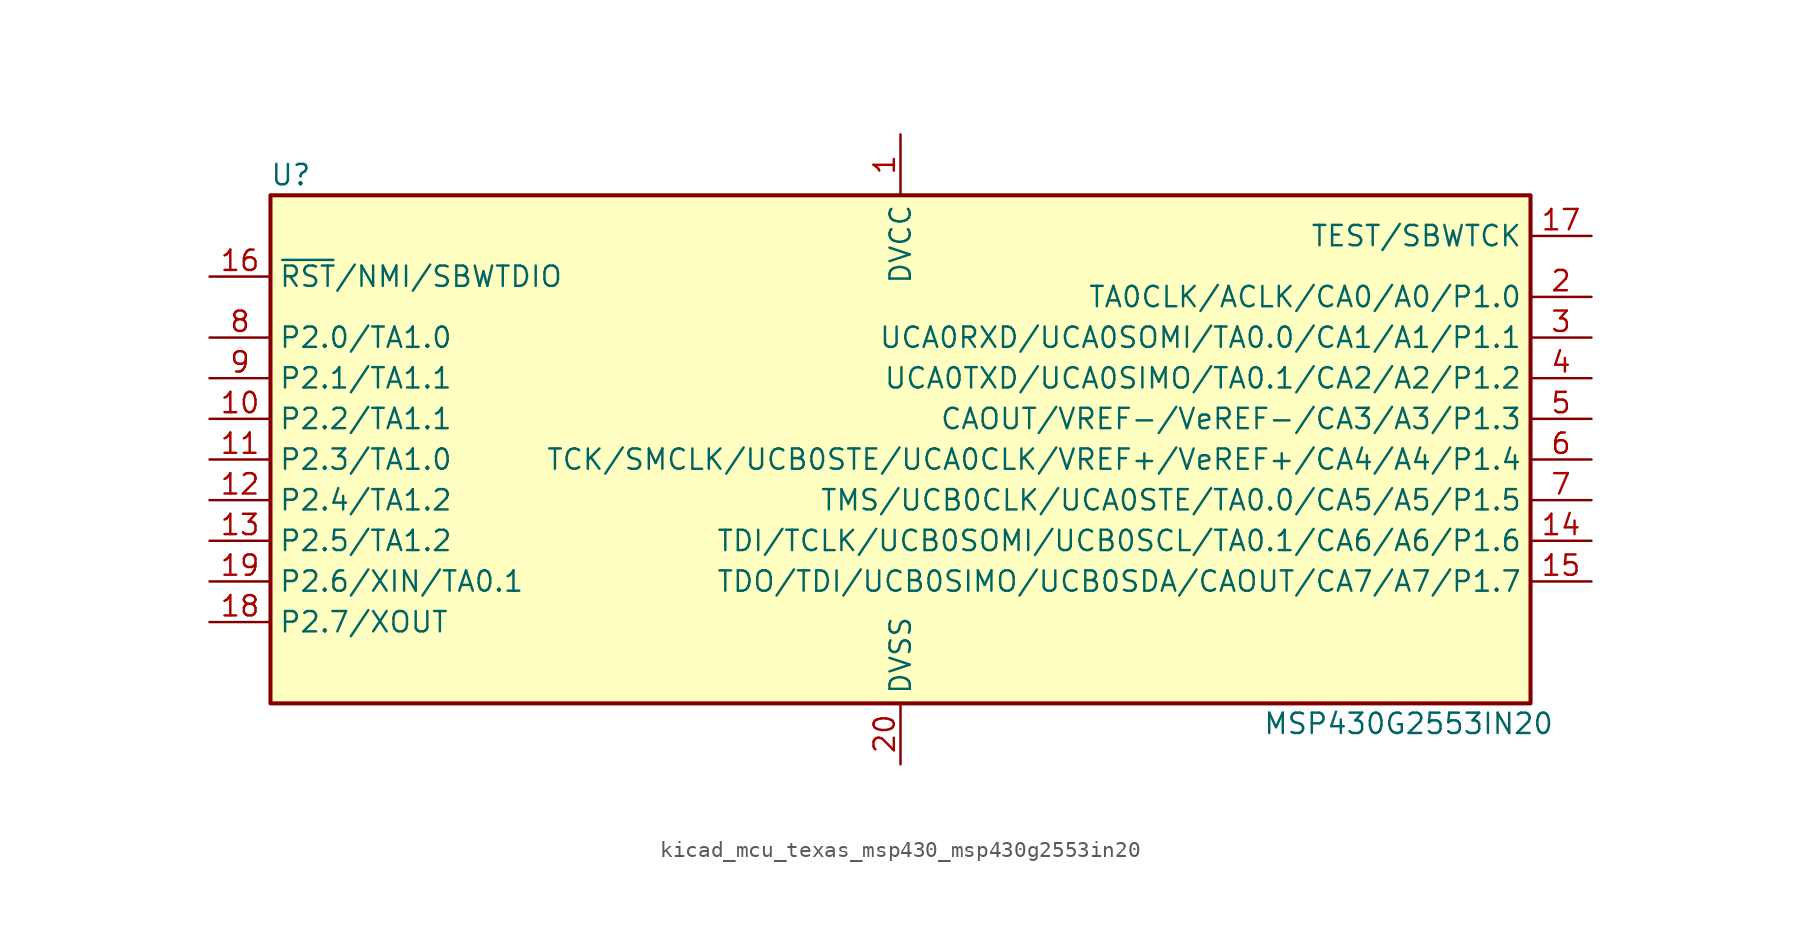
<source format=kicad_sym>
(kicad_symbol_lib
  (version 20220914)
  (generator kicad_symbol_editor)
  (symbol "kicad_mcu_texas_msp430_msp430g2553in20"
    (property "Reference" "U"
      (at -38.1 17.78 0)
      (effects (font (size 1.27 1.27))))
    (property "Value" "MSP430G2553IN20"
      (at 31.75 -16.51 0)
      (effects (font (size 1.27 1.27))))
    (symbol "kicad_mcu_texas_msp430_msp430g2553in20_0_1"
      (rectangle (start -39.37 16.51) (end 39.37 -15.24) (stroke (width 0.254) (type default)) (fill (type background))))
    (symbol "kicad_mcu_texas_msp430_msp430g2553in20_1_1"
      (pin power_in line (at 0 20.32 270) (length 3.81) (name "DVCC" (effects (font (size 1.27 1.27)))) (number "1" (effects (font (size 1.27 1.27)))))
      (pin bidirectional line (at -43.18 2.54 0) (length 3.81) (name "P2.2/TA1.1" (effects (font (size 1.27 1.27)))) (number "10" (effects (font (size 1.27 1.27)))))
      (pin bidirectional line (at -43.18 0 0) (length 3.81) (name "P2.3/TA1.0" (effects (font (size 1.27 1.27)))) (number "11" (effects (font (size 1.27 1.27)))))
      (pin bidirectional line (at -43.18 -2.54 0) (length 3.81) (name "P2.4/TA1.2" (effects (font (size 1.27 1.27)))) (number "12" (effects (font (size 1.27 1.27)))))
      (pin bidirectional line (at -43.18 -5.08 0) (length 3.81) (name "P2.5/TA1.2" (effects (font (size 1.27 1.27)))) (number "13" (effects (font (size 1.27 1.27)))))
      (pin bidirectional line (at 43.18 -5.08 180) (length 3.81) (name "TDI/TCLK/UCB0SOMI/UCB0SCL/TA0.1/CA6/A6/P1.6" (effects (font (size 1.27 1.27)))) (number "14" (effects (font (size 1.27 1.27)))))
      (pin bidirectional line (at 43.18 -7.62 180) (length 3.81) (name "TDO/TDI/UCB0SIMO/UCB0SDA/CAOUT/CA7/A7/P1.7" (effects (font (size 1.27 1.27)))) (number "15" (effects (font (size 1.27 1.27)))))
      (pin input line (at -43.18 11.43 0) (length 3.81) (name "~{RST}/NMI/SBWTDIO" (effects (font (size 1.27 1.27)))) (number "16" (effects (font (size 1.27 1.27)))))
      (pin input line (at 43.18 13.97 180) (length 3.81) (name "TEST/SBWTCK" (effects (font (size 1.27 1.27)))) (number "17" (effects (font (size 1.27 1.27)))))
      (pin bidirectional line (at -43.18 -10.16 0) (length 3.81) (name "P2.7/XOUT" (effects (font (size 1.27 1.27)))) (number "18" (effects (font (size 1.27 1.27)))))
      (pin bidirectional line (at -43.18 -7.62 0) (length 3.81) (name "P2.6/XIN/TA0.1" (effects (font (size 1.27 1.27)))) (number "19" (effects (font (size 1.27 1.27)))))
      (pin bidirectional line (at 43.18 10.16 180) (length 3.81) (name "TA0CLK/ACLK/CA0/A0/P1.0" (effects (font (size 1.27 1.27)))) (number "2" (effects (font (size 1.27 1.27)))))
      (pin power_in line (at 0 -19.05 90) (length 3.81) (name "DVSS" (effects (font (size 1.27 1.27)))) (number "20" (effects (font (size 1.27 1.27)))))
      (pin bidirectional line (at 43.18 7.62 180) (length 3.81) (name "UCA0RXD/UCA0SOMI/TA0.0/CA1/A1/P1.1" (effects (font (size 1.27 1.27)))) (number "3" (effects (font (size 1.27 1.27)))))
      (pin bidirectional line (at 43.18 5.08 180) (length 3.81) (name "UCA0TXD/UCA0SIMO/TA0.1/CA2/A2/P1.2" (effects (font (size 1.27 1.27)))) (number "4" (effects (font (size 1.27 1.27)))))
      (pin bidirectional line (at 43.18 2.54 180) (length 3.81) (name "CAOUT/VREF-/VeREF-/CA3/A3/P1.3" (effects (font (size 1.27 1.27)))) (number "5" (effects (font (size 1.27 1.27)))))
      (pin bidirectional line (at 43.18 0 180) (length 3.81) (name "TCK/SMCLK/UCB0STE/UCA0CLK/VREF+/VeREF+/CA4/A4/P1.4" (effects (font (size 1.27 1.27)))) (number "6" (effects (font (size 1.27 1.27)))))
      (pin bidirectional line (at 43.18 -2.54 180) (length 3.81) (name "TMS/UCB0CLK/UCA0STE/TA0.0/CA5/A5/P1.5" (effects (font (size 1.27 1.27)))) (number "7" (effects (font (size 1.27 1.27)))))
      (pin bidirectional line (at -43.18 7.62 0) (length 3.81) (name "P2.0/TA1.0" (effects (font (size 1.27 1.27)))) (number "8" (effects (font (size 1.27 1.27)))))
      (pin bidirectional line (at -43.18 5.08 0) (length 3.81) (name "P2.1/TA1.1" (effects (font (size 1.27 1.27)))) (number "9" (effects (font (size 1.27 1.27))))))))
</source>
